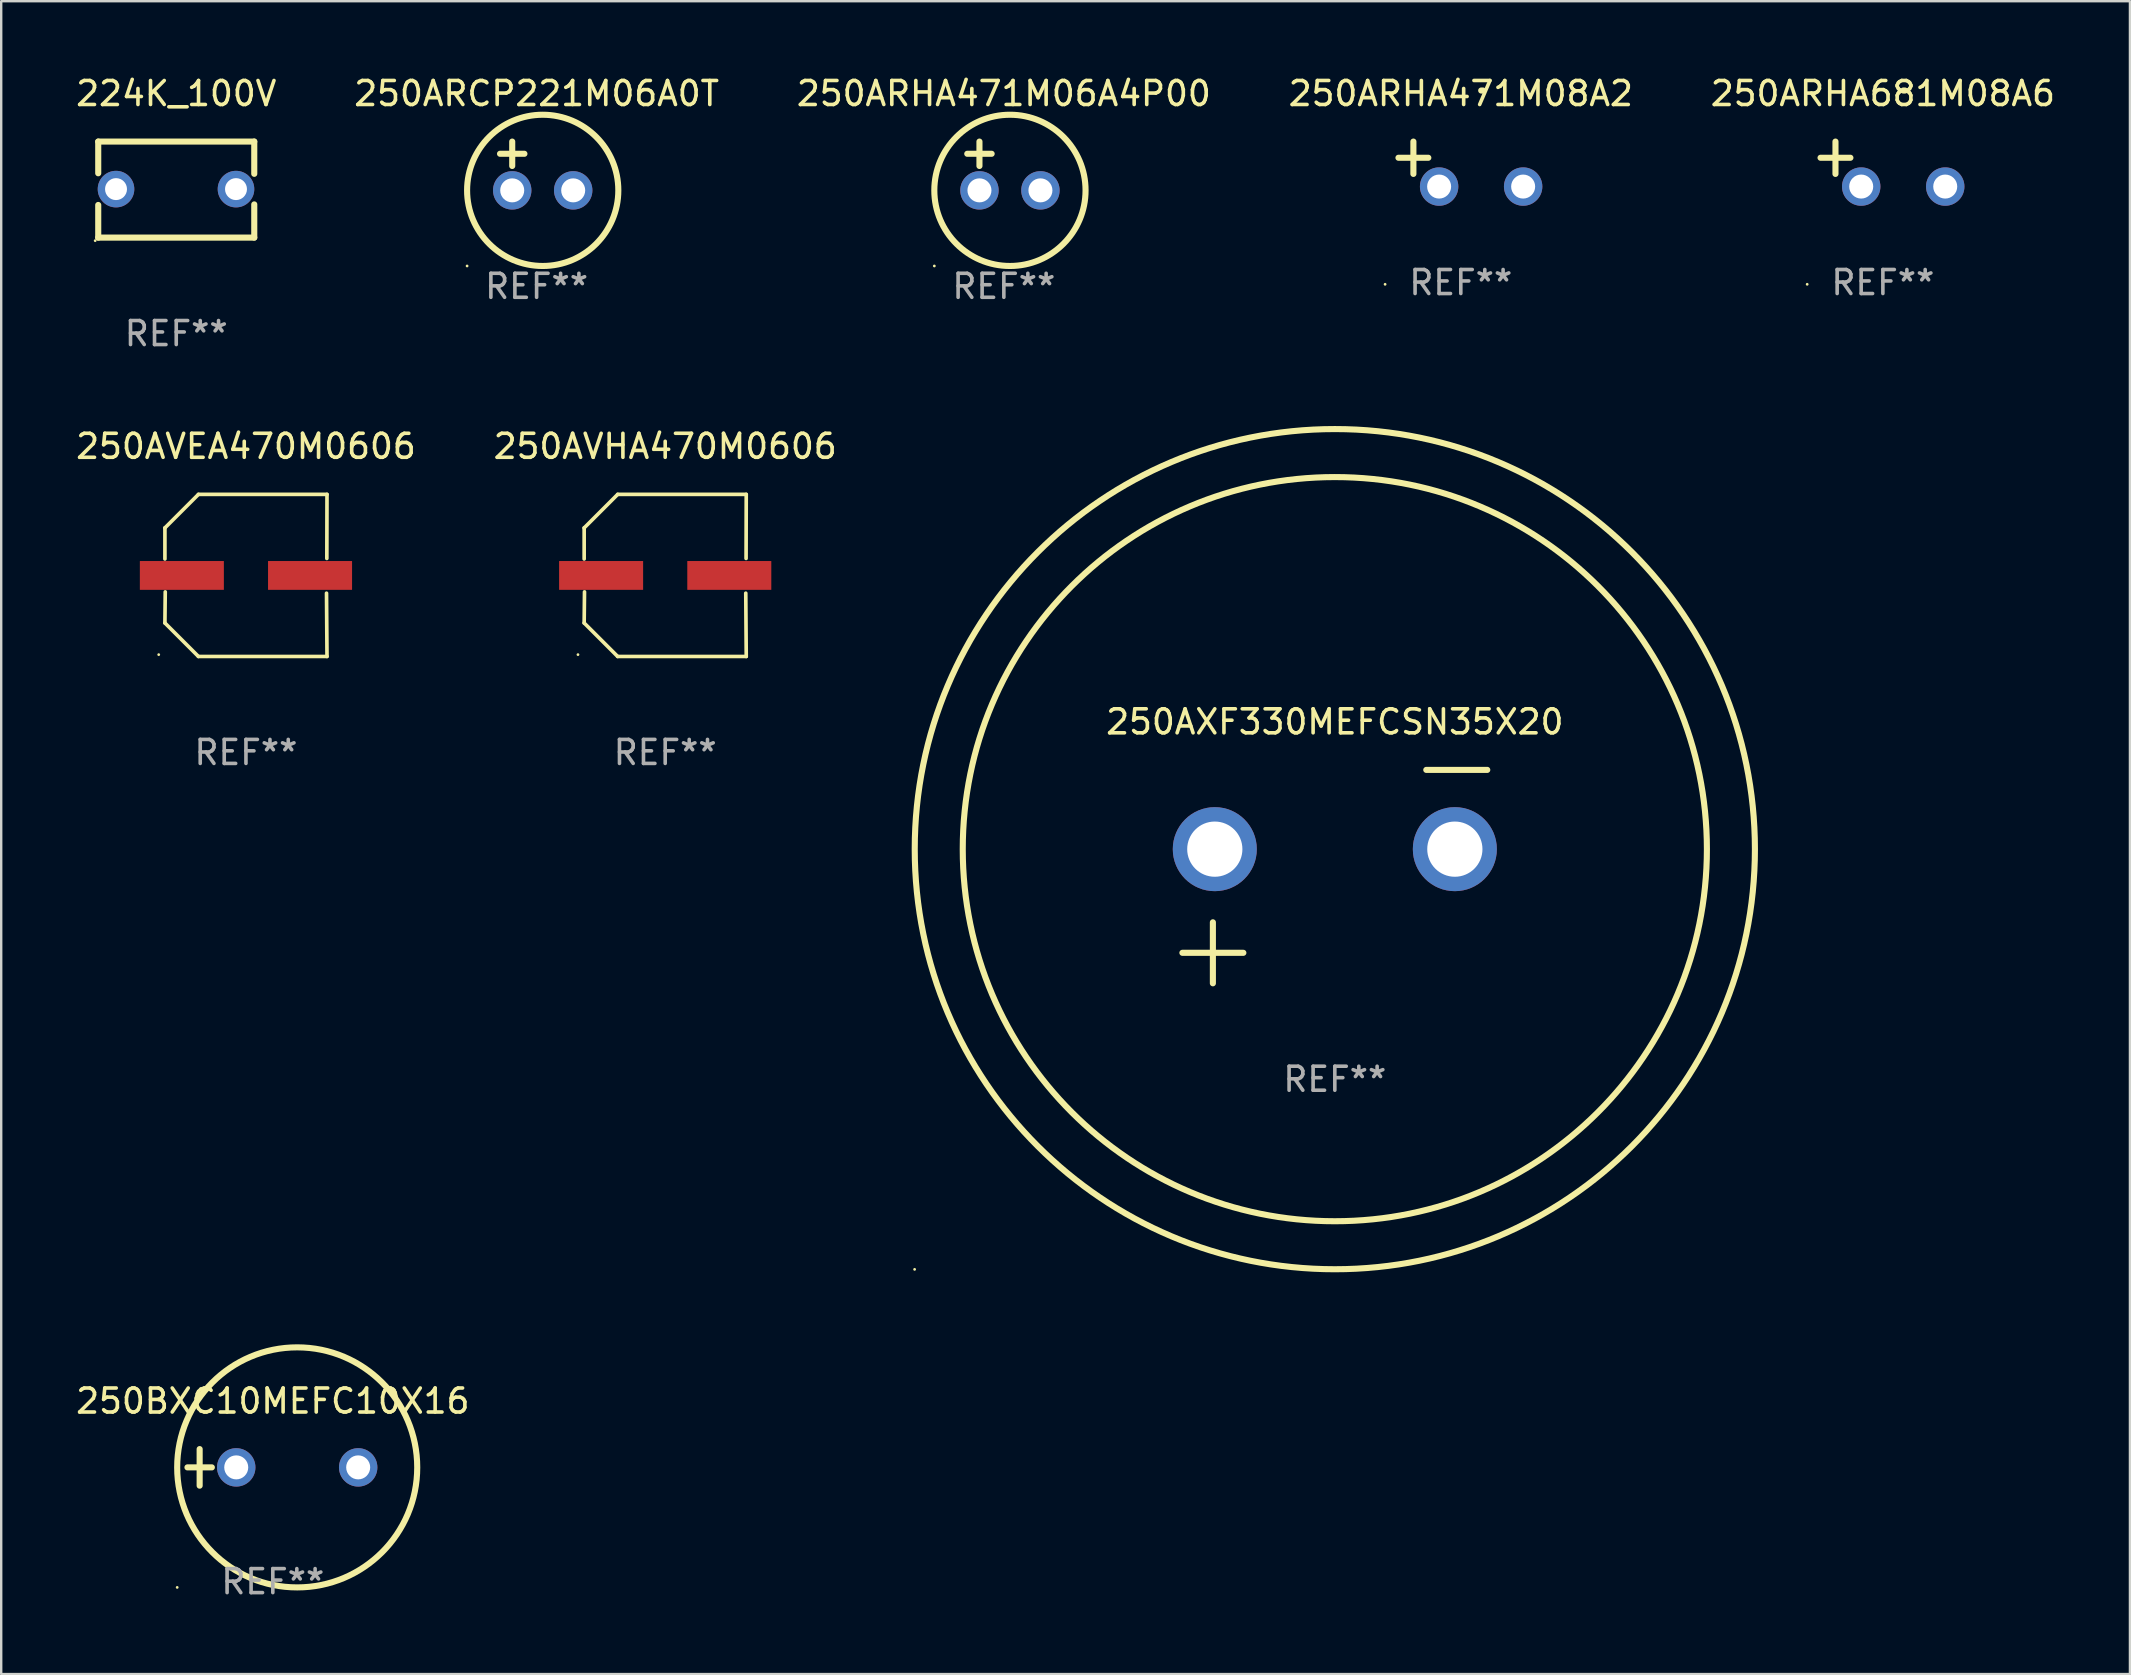
<source format=kicad_pcb>
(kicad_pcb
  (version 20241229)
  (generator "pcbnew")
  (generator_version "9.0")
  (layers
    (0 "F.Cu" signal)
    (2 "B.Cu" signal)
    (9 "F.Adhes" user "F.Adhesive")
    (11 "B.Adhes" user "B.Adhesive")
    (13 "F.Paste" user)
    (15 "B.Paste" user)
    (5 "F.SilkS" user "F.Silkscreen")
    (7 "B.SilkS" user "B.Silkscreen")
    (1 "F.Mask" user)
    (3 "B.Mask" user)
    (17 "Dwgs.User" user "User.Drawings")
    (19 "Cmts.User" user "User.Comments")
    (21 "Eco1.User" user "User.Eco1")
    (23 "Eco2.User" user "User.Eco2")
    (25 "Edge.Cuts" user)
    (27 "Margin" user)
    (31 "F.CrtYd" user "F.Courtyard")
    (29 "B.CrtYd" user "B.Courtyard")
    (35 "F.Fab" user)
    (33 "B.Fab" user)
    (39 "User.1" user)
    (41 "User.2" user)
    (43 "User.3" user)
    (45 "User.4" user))
  (footprint "250AVHA470M0606"
    (layer "F.Cu")
    (at 24.661 20.921)
    (property "Reference" "250AVHA470M0606" (at 0 -5.376 0) (layer "F.SilkS") (effects (font (size 1 1) (thickness 0.15))))
    (attr through_hole)
    (fp_line (start -3.376 -1.98) (end -3.376 -0.686) (stroke (width 0.152) (type solid)) (layer "F.SilkS"))
    (fp_line (start -3.376 1.981) (end -3.362 0.686) (stroke (width 0.152) (type solid)) (layer "F.SilkS"))
    (fp_line (start -1.981 3.376) (end -3.376 1.981) (stroke (width 0.152) (type solid)) (layer "F.SilkS"))
    (fp_line (start -1.98 -3.376) (end -3.376 -1.98) (stroke (width 0.152) (type solid)) (layer "F.SilkS"))
    (fp_line (start 3.356 0.74) (end 3.376 3.376) (stroke (width 0.152) (type solid)) (layer "F.SilkS"))
    (fp_line (start 3.369 -0.707) (end 3.376 -3.376) (stroke (width 0.152) (type solid)) (layer "F.SilkS"))
    (fp_line (start 3.376 3.376) (end -1.981 3.376) (stroke (width 0.152) (type solid)) (layer "F.SilkS"))
    (fp_line (start 3.376 -3.376) (end -1.98 -3.376) (stroke (width 0.152) (type solid)) (layer "F.SilkS"))
    (fp_circle (center -3.634 3.3) (end -3.604 3.3) (stroke (width 0.06) (type solid)) (fill no) (layer "F.SilkS"))
    (fp_text user "REF**" (at 0 7.376 0) (layer "F.Fab") (effects (font (size 1 1) (thickness 0.15))))
    (pad "1" smd rect (at -2.67 0.000254) (size 3.5 1.2) (layers "F.Cu" "F.Mask" "F.Paste"))
    (pad "2" smd rect (at 2.67 0.000254) (size 3.5 1.2) (layers "F.Cu" "F.Mask" "F.Paste")))
  (footprint "224K_100V"
    (layer "F.Cu")
    (at 4.292 4.848)
    (property "Reference" "224K_100V" (at 0 -4 0) (layer "F.SilkS") (effects (font (size 1 1) (thickness 0.15))))
    (attr through_hole)
    (fp_line (start -3.25 -2) (end -3.25 -0.68) (stroke (width 0.254) (type solid)) (layer "F.SilkS"))
    (fp_line (start -3.25 -2) (end 3.25 -2) (stroke (width 0.254) (type solid)) (layer "F.SilkS"))
    (fp_line (start -3.25 0.64) (end -3.25 2) (stroke (width 0.254) (type solid)) (layer "F.SilkS"))
    (fp_line (start 3.25 -2) (end 3.25 -0.657) (stroke (width 0.254) (type solid)) (layer "F.SilkS"))
    (fp_line (start 3.25 0.617) (end 3.25 2) (stroke (width 0.254) (type solid)) (layer "F.SilkS"))
    (fp_line (start 3.25 2) (end -3.25 2) (stroke (width 0.254) (type solid)) (layer "F.SilkS"))
    (fp_circle (center -3.377 2.127) (end -3.347 2.127) (stroke (width 0.06) (type solid)) (fill no) (layer "F.SilkS"))
    (fp_text user "REF**" (at 0 6 0) (layer "F.Fab") (effects (font (size 1 1) (thickness 0.15))))
    (pad "1" thru_hole circle (at -2.509 -0.02) (size 1.524 1.524) (drill 0.914) (layers "*.Cu" "*.Mask"))
    (pad "2" thru_hole circle (at 2.489 -0.02) (size 1.524 1.524) (drill 0.914) (layers "*.Cu" "*.Mask")))
  (footprint "250AVEA470M0606"
    (layer "F.Cu")
    (at 7.196 20.921)
    (property "Reference" "250AVEA470M0606" (at 0 -5.376 0) (layer "F.SilkS") (effects (font (size 1 1) (thickness 0.15))))
    (attr through_hole)
    (fp_line (start -3.376 -1.98) (end -3.376 -0.686) (stroke (width 0.152) (type solid)) (layer "F.SilkS"))
    (fp_line (start -3.376 1.981) (end -3.362 0.686) (stroke (width 0.152) (type solid)) (layer "F.SilkS"))
    (fp_line (start -1.981 3.376) (end -3.376 1.981) (stroke (width 0.152) (type solid)) (layer "F.SilkS"))
    (fp_line (start -1.98 -3.376) (end -3.376 -1.98) (stroke (width 0.152) (type solid)) (layer "F.SilkS"))
    (fp_line (start 3.356 0.74) (end 3.376 3.376) (stroke (width 0.152) (type solid)) (layer "F.SilkS"))
    (fp_line (start 3.369 -0.707) (end 3.376 -3.376) (stroke (width 0.152) (type solid)) (layer "F.SilkS"))
    (fp_line (start 3.376 3.376) (end -1.981 3.376) (stroke (width 0.152) (type solid)) (layer "F.SilkS"))
    (fp_line (start 3.376 -3.376) (end -1.98 -3.376) (stroke (width 0.152) (type solid)) (layer "F.SilkS"))
    (fp_circle (center -3.634 3.3) (end -3.604 3.3) (stroke (width 0.06) (type solid)) (fill no) (layer "F.SilkS"))
    (fp_text user "REF**" (at 0 7.376 0) (layer "F.Fab") (effects (font (size 1 1) (thickness 0.15))))
    (pad "1" smd rect (at -2.67 0.000254) (size 3.5 1.2) (layers "F.Cu" "F.Mask" "F.Paste"))
    (pad "2" smd rect (at 2.67 0.000254) (size 3.5 1.2) (layers "F.Cu" "F.Mask" "F.Paste")))
  (footprint "250ARHA471M06A4P00"
    (layer "F.Cu")
    (at 38.768 3.864)
    (property "Reference" "250ARHA471M06A4P00" (at 0 -3.016 0) (layer "F.SilkS") (effects (font (size 1 1) (thickness 0.15))))
    (attr through_hole)
    (fp_line (start -1.524 -0.508) (end -0.508 -0.508) (stroke (width 0.254) (type solid)) (layer "F.SilkS"))
    (fp_line (start -1.016 -1.016) (end -1.016 0) (stroke (width 0.254) (type solid)) (layer "F.SilkS"))
    (fp_circle (center -2.896 4.166) (end -2.866 4.166) (stroke (width 0.06) (type solid)) (fill no) (layer "F.SilkS"))
    (fp_circle (center 0.254 1.016) (end 3.404 1.016) (stroke (width 0.254) (type solid)) (fill no) (layer "F.SilkS"))
    (fp_text user "REF**" (at 0 5.016 0) (layer "F.Fab") (effects (font (size 1 1) (thickness 0.15))))
    (pad "1" thru_hole circle (at -1.016 1.016) (size 1.6 1.6) (drill 1) (layers "*.Cu" "*.Mask"))
    (pad "2" thru_hole circle (at 1.524 1.016) (size 1.6 1.6) (drill 1) (layers "*.Cu" "*.Mask")))
  (footprint "250AXF330MEFCSN35X20"
    (layer "F.Cu")
    (at 52.556 33.467)
    (property "Reference" "250AXF330MEFCSN35X20" (at 0 -6.445 0) (layer "F.SilkS") (effects (font (size 1 1) (thickness 0.15))))
    (attr through_hole)
    (fp_line (start -6.35 3.175) (end -3.81 3.175) (stroke (width 0.254) (type solid)) (layer "F.SilkS"))
    (fp_line (start -5.08 1.905) (end -5.08 4.445) (stroke (width 0.254) (type solid)) (layer "F.SilkS"))
    (fp_line (start 3.81 -4.445) (end 6.35 -4.445) (stroke (width 0.254) (type solid)) (layer "F.SilkS"))
    (fp_circle (center -17.505 16.362) (end -17.475 16.362) (stroke (width 0.06) (type solid)) (fill no) (layer "F.SilkS"))
    (fp_circle (center 0 -1.143) (end 15.5 -1.143) (stroke (width 0.254) (type solid)) (fill no) (layer "F.SilkS"))
    (fp_circle (center 0 -1.143) (end 17.5 -1.143) (stroke (width 0.254) (type solid)) (fill no) (layer "F.SilkS"))
    (fp_text user "REF**" (at 0 8.445 0) (layer "F.Fab") (effects (font (size 1 1) (thickness 0.15))))
    (pad "1" thru_hole circle (at -5 -1.143) (size 3.5 3.5) (drill 2.3) (layers "*.Cu" "*.Mask"))
    (pad "2" thru_hole circle (at 5 -1.143) (size 3.5 3.5) (drill 2.3) (layers "*.Cu" "*.Mask")))
  (footprint "250ARHA471M08A2"
    (layer "F.Cu")
    (at 57.804 3.785)
    (property "Reference" "250ARHA471M08A2" (at 0 -2.937 0) (layer "F.SilkS") (effects (font (size 1 1) (thickness 0.15))))
    (attr through_hole)
    (fp_line (start -1.975 0.41) (end -1.975 -0.937) (stroke (width 0.254) (type solid)) (layer "F.SilkS"))
    (fp_line (start -1.353 -0.263) (end -2.597 -0.263) (stroke (width 0.254) (type solid)) (layer "F.SilkS"))
    (fp_arc (start 0.849809 -3.063957) (mid 0.885369 -3.064114) (end 0.920929 -3.063957) (stroke (width 0.254001) (type solid)) (layer "F.SilkS"))
    (fp_circle (center -3.154 5.008) (end -3.124 5.008) (stroke (width 0.06) (type solid)) (fill no) (layer "F.SilkS"))
    (fp_text user "REF**" (at 0 4.937 0) (layer "F.Fab") (effects (font (size 1 1) (thickness 0.15))))
    (pad "1" thru_hole circle (at -0.903 0.937) (size 1.6 1.6) (drill 1) (layers "*.Cu" "*.Mask"))
    (pad "2" thru_hole circle (at 2.597 0.937) (size 1.6 1.6) (drill 1) (layers "*.Cu" "*.Mask")))
  (footprint "250ARHA681M08A6"
    (layer "F.Cu")
    (at 75.387 3.785)
    (property "Reference" "250ARHA681M08A6" (at 0 -2.937 0) (layer "F.SilkS") (effects (font (size 1 1) (thickness 0.15))))
    (attr through_hole)
    (fp_line (start -1.975 0.41) (end -1.975 -0.937) (stroke (width 0.254) (type solid)) (layer "F.SilkS"))
    (fp_line (start -1.353 -0.263) (end -2.597 -0.263) (stroke (width 0.254) (type solid)) (layer "F.SilkS"))
    (fp_arc (start 0.849809 -3.063957) (mid 0.885369 -3.064114) (end 0.920929 -3.063957) (stroke (width 0.254001) (type solid)) (layer "F.SilkS"))
    (fp_circle (center -3.154 5.008) (end -3.124 5.008) (stroke (width 0.06) (type solid)) (fill no) (layer "F.SilkS"))
    (fp_text user "REF**" (at 0 4.937 0) (layer "F.Fab") (effects (font (size 1 1) (thickness 0.15))))
    (pad "1" thru_hole circle (at -0.903 0.937) (size 1.6 1.6) (drill 1) (layers "*.Cu" "*.Mask"))
    (pad "2" thru_hole circle (at 2.597 0.937) (size 1.6 1.6) (drill 1) (layers "*.Cu" "*.Mask")))
  (footprint "250BXC10MEFC10X16"
    (layer "F.Cu")
    (at 8.315 58.078)
    (property "Reference" "250BXC10MEFC10X16" (at 0 -2.762 0) (layer "F.SilkS") (effects (font (size 1 1) (thickness 0.15))))
    (attr through_hole)
    (fp_line (start -3.556 0) (end -2.54 0) (stroke (width 0.254) (type solid)) (layer "F.SilkS"))
    (fp_line (start -3.048 -0.762) (end -3.048 0.762) (stroke (width 0.254) (type solid)) (layer "F.SilkS"))
    (fp_circle (center -3.984 5) (end -3.954 5) (stroke (width 0.06) (type solid)) (fill no) (layer "F.SilkS"))
    (fp_circle (center 1.016 0) (end 6.016 0) (stroke (width 0.254) (type solid)) (fill no) (layer "F.SilkS"))
    (fp_text user "REF**" (at 0 4.762 0) (layer "F.Fab") (effects (font (size 1 1) (thickness 0.15))))
    (pad "1" thru_hole circle (at -1.524 0) (size 1.6 1.6) (drill 1) (layers "*.Cu" "*.Mask"))
    (pad "2" thru_hole circle (at 3.556 0) (size 1.6 1.6) (drill 1) (layers "*.Cu" "*.Mask")))
  (footprint "250ARCP221M06A0T"
    (layer "F.Cu")
    (at 19.304 3.864)
    (property "Reference" "250ARCP221M06A0T" (at 0 -3.016 0) (layer "F.SilkS") (effects (font (size 1 1) (thickness 0.15))))
    (attr through_hole)
    (fp_line (start -1.524 -0.508) (end -0.508 -0.508) (stroke (width 0.254) (type solid)) (layer "F.SilkS"))
    (fp_line (start -1.016 -1.016) (end -1.016 0) (stroke (width 0.254) (type solid)) (layer "F.SilkS"))
    (fp_circle (center -2.896 4.166) (end -2.866 4.166) (stroke (width 0.06) (type solid)) (fill no) (layer "F.SilkS"))
    (fp_circle (center 0.254 1.016) (end 3.404 1.016) (stroke (width 0.254) (type solid)) (fill no) (layer "F.SilkS"))
    (fp_text user "REF**" (at 0 5.016 0) (layer "F.Fab") (effects (font (size 1 1) (thickness 0.15))))
    (pad "1" thru_hole circle (at -1.016 1.016) (size 1.6 1.6) (drill 1) (layers "*.Cu" "*.Mask"))
    (pad "2" thru_hole circle (at 1.524 1.016) (size 1.6 1.6) (drill 1) (layers "*.Cu" "*.Mask")))
  (gr_rect
    (start -3 -3)
    (end 85.679 66.688)
    (stroke (width 0.1) (type default))
    (fill no)
    (layer "Edge.Cuts")))
</source>
